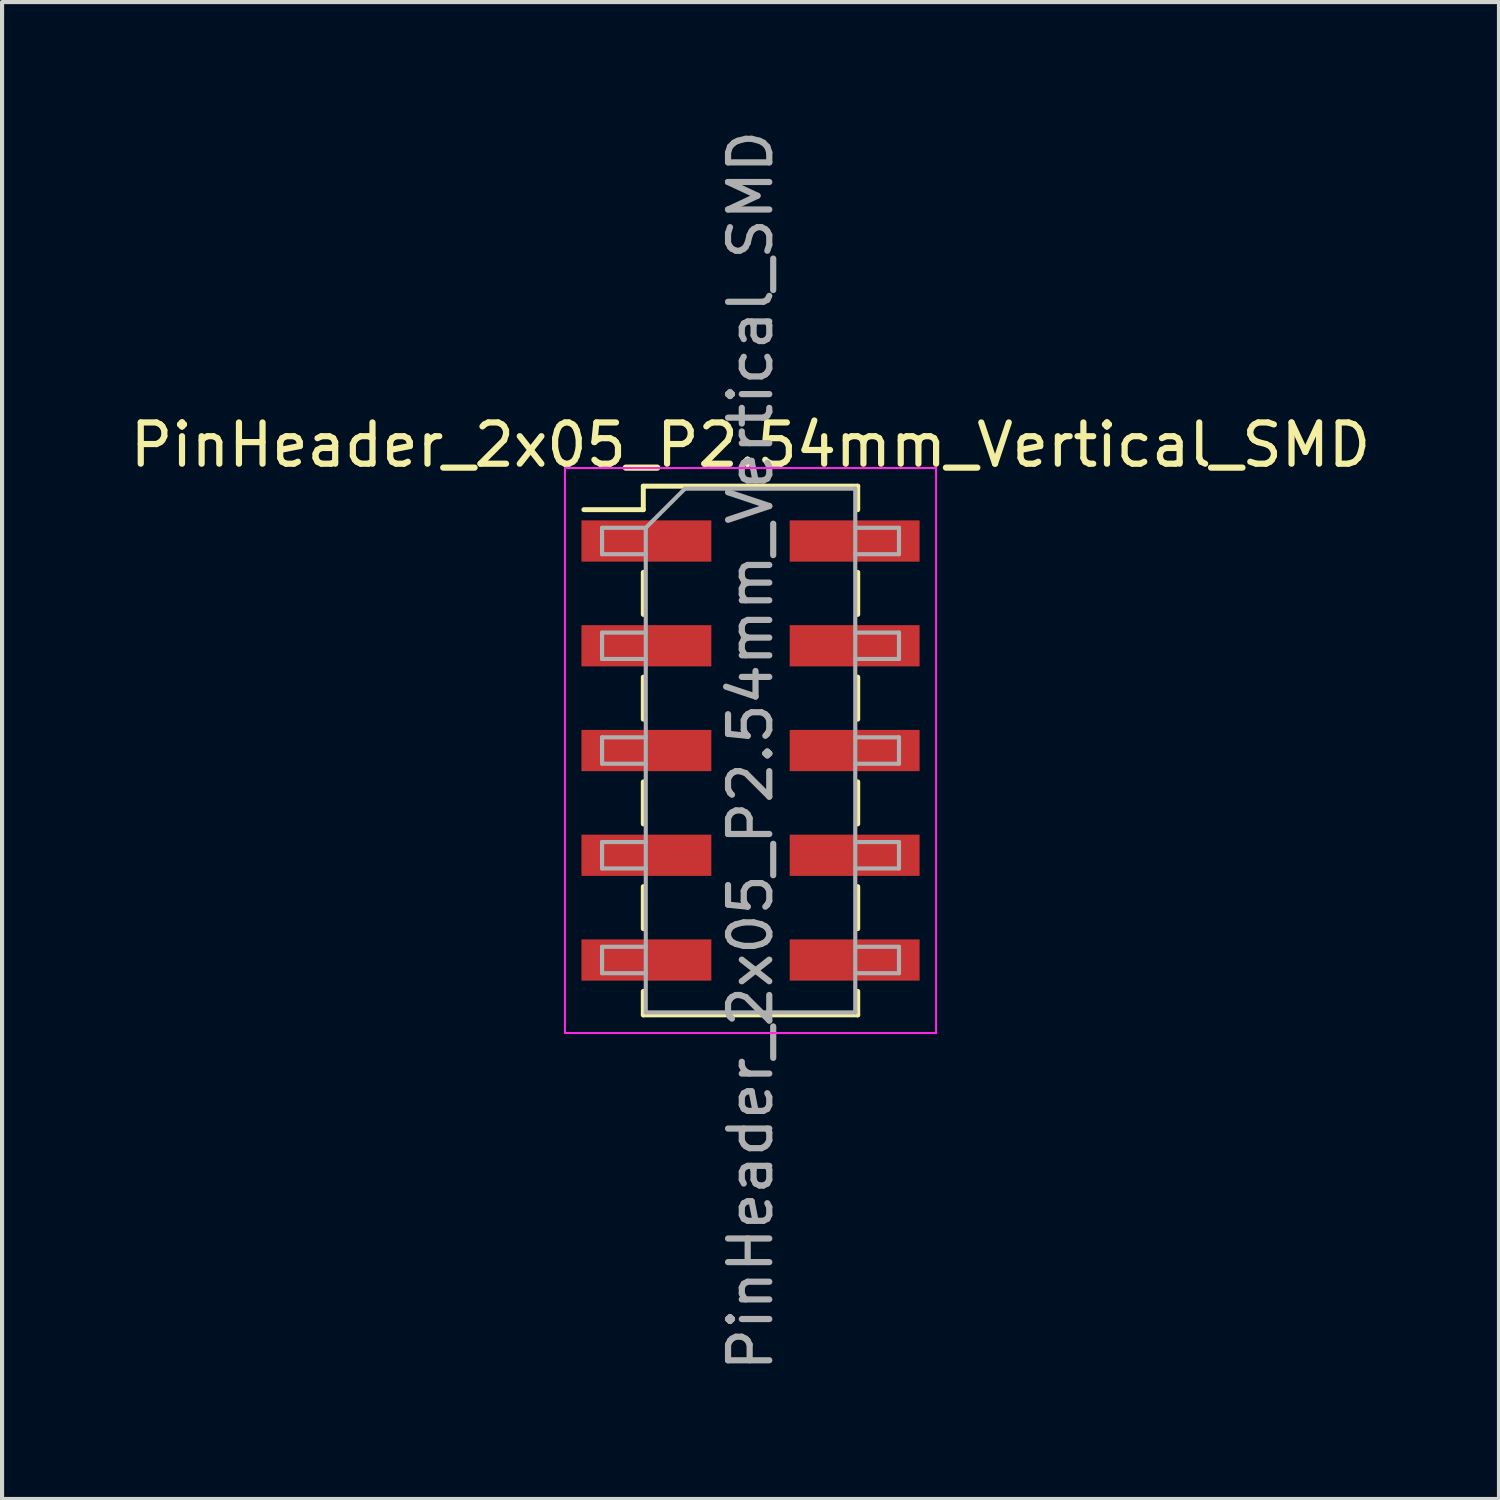
<source format=kicad_pcb>
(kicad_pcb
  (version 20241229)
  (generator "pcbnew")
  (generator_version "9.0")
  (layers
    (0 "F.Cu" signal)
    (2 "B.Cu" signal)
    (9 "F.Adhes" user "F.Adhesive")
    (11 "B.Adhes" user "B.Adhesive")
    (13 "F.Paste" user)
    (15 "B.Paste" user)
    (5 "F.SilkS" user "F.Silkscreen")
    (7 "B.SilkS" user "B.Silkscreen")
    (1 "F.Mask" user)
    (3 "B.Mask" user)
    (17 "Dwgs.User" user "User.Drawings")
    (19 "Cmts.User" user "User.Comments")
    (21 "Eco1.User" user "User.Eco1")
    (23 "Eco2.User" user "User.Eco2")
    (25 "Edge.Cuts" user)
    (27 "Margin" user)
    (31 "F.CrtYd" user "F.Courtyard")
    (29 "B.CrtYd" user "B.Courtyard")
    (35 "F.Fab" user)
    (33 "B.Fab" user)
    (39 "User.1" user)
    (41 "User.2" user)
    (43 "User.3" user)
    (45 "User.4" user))
  (footprint "PinHeader_2x05_P2.54mm_Vertical_SMD"
    (layer "F.Cu")
    (at 15.149 15.149)
    (property "Reference" "PinHeader_2x05_P2.54mm_Vertical_SMD" (at 0 -7.41 180) (layer "F.SilkS") (effects (font (size 1 1) (thickness 0.15))))
    (attr smd)
    (fp_line (start -4.04 -5.84) (end -2.6 -5.84) (stroke (width 0.12) (type solid)) (layer "F.SilkS"))
    (fp_line (start -2.6 -6.41) (end -2.6 -5.84) (stroke (width 0.12) (type solid)) (layer "F.SilkS"))
    (fp_line (start -2.6 -6.41) (end 2.6 -6.41) (stroke (width 0.12) (type solid)) (layer "F.SilkS"))
    (fp_line (start -2.6 -4.32) (end -2.6 -3.3) (stroke (width 0.12) (type solid)) (layer "F.SilkS"))
    (fp_line (start -2.6 -1.78) (end -2.6 -0.76) (stroke (width 0.12) (type solid)) (layer "F.SilkS"))
    (fp_line (start -2.6 0.76) (end -2.6 1.78) (stroke (width 0.12) (type solid)) (layer "F.SilkS"))
    (fp_line (start -2.6 3.3) (end -2.6 4.32) (stroke (width 0.12) (type solid)) (layer "F.SilkS"))
    (fp_line (start -2.6 5.84) (end -2.6 6.41) (stroke (width 0.12) (type solid)) (layer "F.SilkS"))
    (fp_line (start -2.6 6.41) (end 2.6 6.41) (stroke (width 0.12) (type solid)) (layer "F.SilkS"))
    (fp_line (start 2.6 -6.41) (end 2.6 -5.84) (stroke (width 0.12) (type solid)) (layer "F.SilkS"))
    (fp_line (start 2.6 -4.32) (end 2.6 -3.3) (stroke (width 0.12) (type solid)) (layer "F.SilkS"))
    (fp_line (start 2.6 -1.78) (end 2.6 -0.76) (stroke (width 0.12) (type solid)) (layer "F.SilkS"))
    (fp_line (start 2.6 0.76) (end 2.6 1.78) (stroke (width 0.12) (type solid)) (layer "F.SilkS"))
    (fp_line (start 2.6 3.3) (end 2.6 4.32) (stroke (width 0.12) (type solid)) (layer "F.SilkS"))
    (fp_line (start 2.6 5.84) (end 2.6 6.41) (stroke (width 0.12) (type solid)) (layer "F.SilkS"))
    (fp_line (start -4.5 -6.85) (end -4.5 6.85) (stroke (width 0.05) (type solid)) (layer "F.CrtYd"))
    (fp_line (start -4.5 6.85) (end 4.5 6.85) (stroke (width 0.05) (type solid)) (layer "F.CrtYd"))
    (fp_line (start 4.5 -6.85) (end -4.5 -6.85) (stroke (width 0.05) (type solid)) (layer "F.CrtYd"))
    (fp_line (start 4.5 6.85) (end 4.5 -6.85) (stroke (width 0.05) (type solid)) (layer "F.CrtYd"))
    (fp_line (start -3.6 -5.4) (end -3.6 -4.76) (stroke (width 0.1) (type solid)) (layer "F.Fab"))
    (fp_line (start -3.6 -4.76) (end -2.54 -4.76) (stroke (width 0.1) (type solid)) (layer "F.Fab"))
    (fp_line (start -3.6 -2.86) (end -3.6 -2.22) (stroke (width 0.1) (type solid)) (layer "F.Fab"))
    (fp_line (start -3.6 -2.22) (end -2.54 -2.22) (stroke (width 0.1) (type solid)) (layer "F.Fab"))
    (fp_line (start -3.6 -0.32) (end -3.6 0.32) (stroke (width 0.1) (type solid)) (layer "F.Fab"))
    (fp_line (start -3.6 0.32) (end -2.54 0.32) (stroke (width 0.1) (type solid)) (layer "F.Fab"))
    (fp_line (start -3.6 2.22) (end -3.6 2.86) (stroke (width 0.1) (type solid)) (layer "F.Fab"))
    (fp_line (start -3.6 2.86) (end -2.54 2.86) (stroke (width 0.1) (type solid)) (layer "F.Fab"))
    (fp_line (start -3.6 4.76) (end -3.6 5.4) (stroke (width 0.1) (type solid)) (layer "F.Fab"))
    (fp_line (start -3.6 5.4) (end -2.54 5.4) (stroke (width 0.1) (type solid)) (layer "F.Fab"))
    (fp_line (start -2.54 -5.4) (end -3.6 -5.4) (stroke (width 0.1) (type solid)) (layer "F.Fab"))
    (fp_line (start -2.54 -5.4) (end -1.59 -6.35) (stroke (width 0.1) (type solid)) (layer "F.Fab"))
    (fp_line (start -2.54 -2.86) (end -3.6 -2.86) (stroke (width 0.1) (type solid)) (layer "F.Fab"))
    (fp_line (start -2.54 -0.32) (end -3.6 -0.32) (stroke (width 0.1) (type solid)) (layer "F.Fab"))
    (fp_line (start -2.54 2.22) (end -3.6 2.22) (stroke (width 0.1) (type solid)) (layer "F.Fab"))
    (fp_line (start -2.54 4.76) (end -3.6 4.76) (stroke (width 0.1) (type solid)) (layer "F.Fab"))
    (fp_line (start -2.54 6.35) (end -2.54 -5.4) (stroke (width 0.1) (type solid)) (layer "F.Fab"))
    (fp_line (start -1.59 -6.35) (end 2.54 -6.35) (stroke (width 0.1) (type solid)) (layer "F.Fab"))
    (fp_line (start 2.54 -6.35) (end 2.54 6.35) (stroke (width 0.1) (type solid)) (layer "F.Fab"))
    (fp_line (start 2.54 -5.4) (end 3.6 -5.4) (stroke (width 0.1) (type solid)) (layer "F.Fab"))
    (fp_line (start 2.54 -2.86) (end 3.6 -2.86) (stroke (width 0.1) (type solid)) (layer "F.Fab"))
    (fp_line (start 2.54 -0.32) (end 3.6 -0.32) (stroke (width 0.1) (type solid)) (layer "F.Fab"))
    (fp_line (start 2.54 2.22) (end 3.6 2.22) (stroke (width 0.1) (type solid)) (layer "F.Fab"))
    (fp_line (start 2.54 4.76) (end 3.6 4.76) (stroke (width 0.1) (type solid)) (layer "F.Fab"))
    (fp_line (start 2.54 6.35) (end -2.54 6.35) (stroke (width 0.1) (type solid)) (layer "F.Fab"))
    (fp_line (start 3.6 -5.4) (end 3.6 -4.76) (stroke (width 0.1) (type solid)) (layer "F.Fab"))
    (fp_line (start 3.6 -4.76) (end 2.54 -4.76) (stroke (width 0.1) (type solid)) (layer "F.Fab"))
    (fp_line (start 3.6 -2.86) (end 3.6 -2.22) (stroke (width 0.1) (type solid)) (layer "F.Fab"))
    (fp_line (start 3.6 -2.22) (end 2.54 -2.22) (stroke (width 0.1) (type solid)) (layer "F.Fab"))
    (fp_line (start 3.6 -0.32) (end 3.6 0.32) (stroke (width 0.1) (type solid)) (layer "F.Fab"))
    (fp_line (start 3.6 0.32) (end 2.54 0.32) (stroke (width 0.1) (type solid)) (layer "F.Fab"))
    (fp_line (start 3.6 2.22) (end 3.6 2.86) (stroke (width 0.1) (type solid)) (layer "F.Fab"))
    (fp_line (start 3.6 2.86) (end 2.54 2.86) (stroke (width 0.1) (type solid)) (layer "F.Fab"))
    (fp_line (start 3.6 4.76) (end 3.6 5.4) (stroke (width 0.1) (type solid)) (layer "F.Fab"))
    (fp_line (start 3.6 5.4) (end 2.54 5.4) (stroke (width 0.1) (type solid)) (layer "F.Fab"))
    (fp_text user "${REFERENCE}" (at 0 0 90) (layer "F.Fab") (effects (font (size 1 1) (thickness 0.15))))
    (pad "1" smd rect (at -2.525 -5.08) (size 3.15 1) (layers "F.Cu" "F.Mask" "F.Paste"))
    (pad "2" smd rect (at 2.525 -5.08) (size 3.15 1) (layers "F.Cu" "F.Mask" "F.Paste"))
    (pad "3" smd rect (at -2.525 -2.54) (size 3.15 1) (layers "F.Cu" "F.Mask" "F.Paste"))
    (pad "4" smd rect (at 2.525 -2.54) (size 3.15 1) (layers "F.Cu" "F.Mask" "F.Paste"))
    (pad "5" smd rect (at -2.525 0) (size 3.15 1) (layers "F.Cu" "F.Mask" "F.Paste"))
    (pad "6" smd rect (at 2.525 0) (size 3.15 1) (layers "F.Cu" "F.Mask" "F.Paste"))
    (pad "7" smd rect (at -2.525 2.54) (size 3.15 1) (layers "F.Cu" "F.Mask" "F.Paste"))
    (pad "8" smd rect (at 2.525 2.54) (size 3.15 1) (layers "F.Cu" "F.Mask" "F.Paste"))
    (pad "9" smd rect (at -2.525 5.08) (size 3.15 1) (layers "F.Cu" "F.Mask" "F.Paste"))
    (pad "10" smd rect (at 2.525 5.08) (size 3.15 1) (layers "F.Cu" "F.Mask" "F.Paste")))
  (gr_rect
    (start -3 -3)
    (end 33.298 33.298)
    (stroke (width 0.1) (type default))
    (fill no)
    (layer "Edge.Cuts")))
</source>
